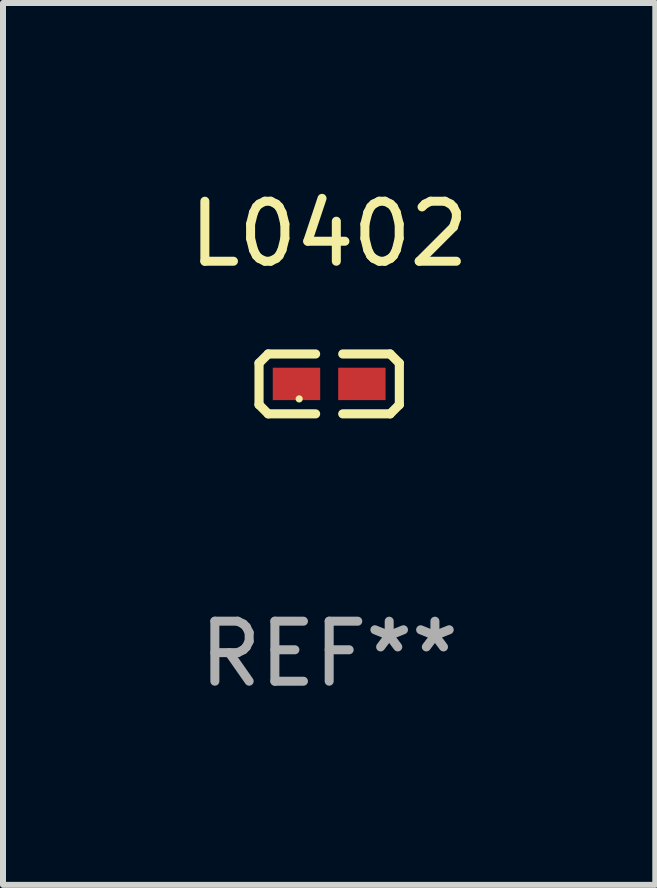
<source format=kicad_pcb>
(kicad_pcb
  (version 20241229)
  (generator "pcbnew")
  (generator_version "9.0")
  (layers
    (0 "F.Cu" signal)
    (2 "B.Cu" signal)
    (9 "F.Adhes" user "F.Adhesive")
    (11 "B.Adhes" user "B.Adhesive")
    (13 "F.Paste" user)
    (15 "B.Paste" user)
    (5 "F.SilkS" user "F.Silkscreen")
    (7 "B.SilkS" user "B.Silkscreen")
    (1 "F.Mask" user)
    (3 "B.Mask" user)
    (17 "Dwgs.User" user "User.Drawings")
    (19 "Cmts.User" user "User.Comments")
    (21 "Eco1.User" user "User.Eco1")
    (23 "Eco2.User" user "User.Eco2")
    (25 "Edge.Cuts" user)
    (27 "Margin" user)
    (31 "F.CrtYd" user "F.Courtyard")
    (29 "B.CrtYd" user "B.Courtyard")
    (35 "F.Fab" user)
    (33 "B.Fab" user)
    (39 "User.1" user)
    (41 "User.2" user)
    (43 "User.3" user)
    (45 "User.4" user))
  (footprint "L0402"
    (layer "F.Cu")
    (at 2.435 3.347)
    (property "Reference" "L0402" (at 0 -2.499 0) (layer "F.SilkS") (effects (font (size 1 1) (thickness 0.15))))
    (attr smd)
    (fp_line (start -1.169 -0.346) (end -1.016 -0.499) (stroke (width 0.152) (type solid)) (layer "F.SilkS"))
    (fp_line (start -1.169 0.346) (end -1.169 -0.346) (stroke (width 0.152) (type solid)) (layer "F.SilkS"))
    (fp_line (start -1.016 -0.499) (end -0.226 -0.499) (stroke (width 0.152) (type solid)) (layer "F.SilkS"))
    (fp_line (start -1.016 0.499) (end -1.169 0.346) (stroke (width 0.152) (type solid)) (layer "F.SilkS"))
    (fp_line (start -0.226 0.499) (end -1.016 0.499) (stroke (width 0.152) (type solid)) (layer "F.SilkS"))
    (fp_line (start 0.226 0.499) (end 1.016 0.499) (stroke (width 0.152) (type solid)) (layer "F.SilkS"))
    (fp_line (start 1.016 -0.499) (end 0.226 -0.499) (stroke (width 0.152) (type solid)) (layer "F.SilkS"))
    (fp_line (start 1.016 0.499) (end 1.169 0.346) (stroke (width 0.152) (type solid)) (layer "F.SilkS"))
    (fp_line (start 1.169 -0.346) (end 1.016 -0.499) (stroke (width 0.152) (type solid)) (layer "F.SilkS"))
    (fp_line (start 1.169 0.346) (end 1.169 -0.346) (stroke (width 0.152) (type solid)) (layer "F.SilkS"))
    (fp_circle (center -0.5 0.25) (end -0.47 0.25) (stroke (width 0.06) (type solid)) (fill no) (layer "F.SilkS"))
    (fp_text user "REF**" (at 0 4.499 0) (layer "F.Fab") (effects (font (size 1 1) (thickness 0.15))))
    (pad "1" smd rect (at -0.545 0) (size 0.79 0.54) (layers "F.Cu" "F.Mask" "F.Paste"))
    (pad "2" smd rect (at 0.545 0) (size 0.79 0.54) (layers "F.Cu" "F.Mask" "F.Paste")))
  (gr_rect
    (start -3 -3)
    (end 7.869 11.694)
    (stroke (width 0.1) (type default))
    (fill no)
    (layer "Edge.Cuts")))
</source>
